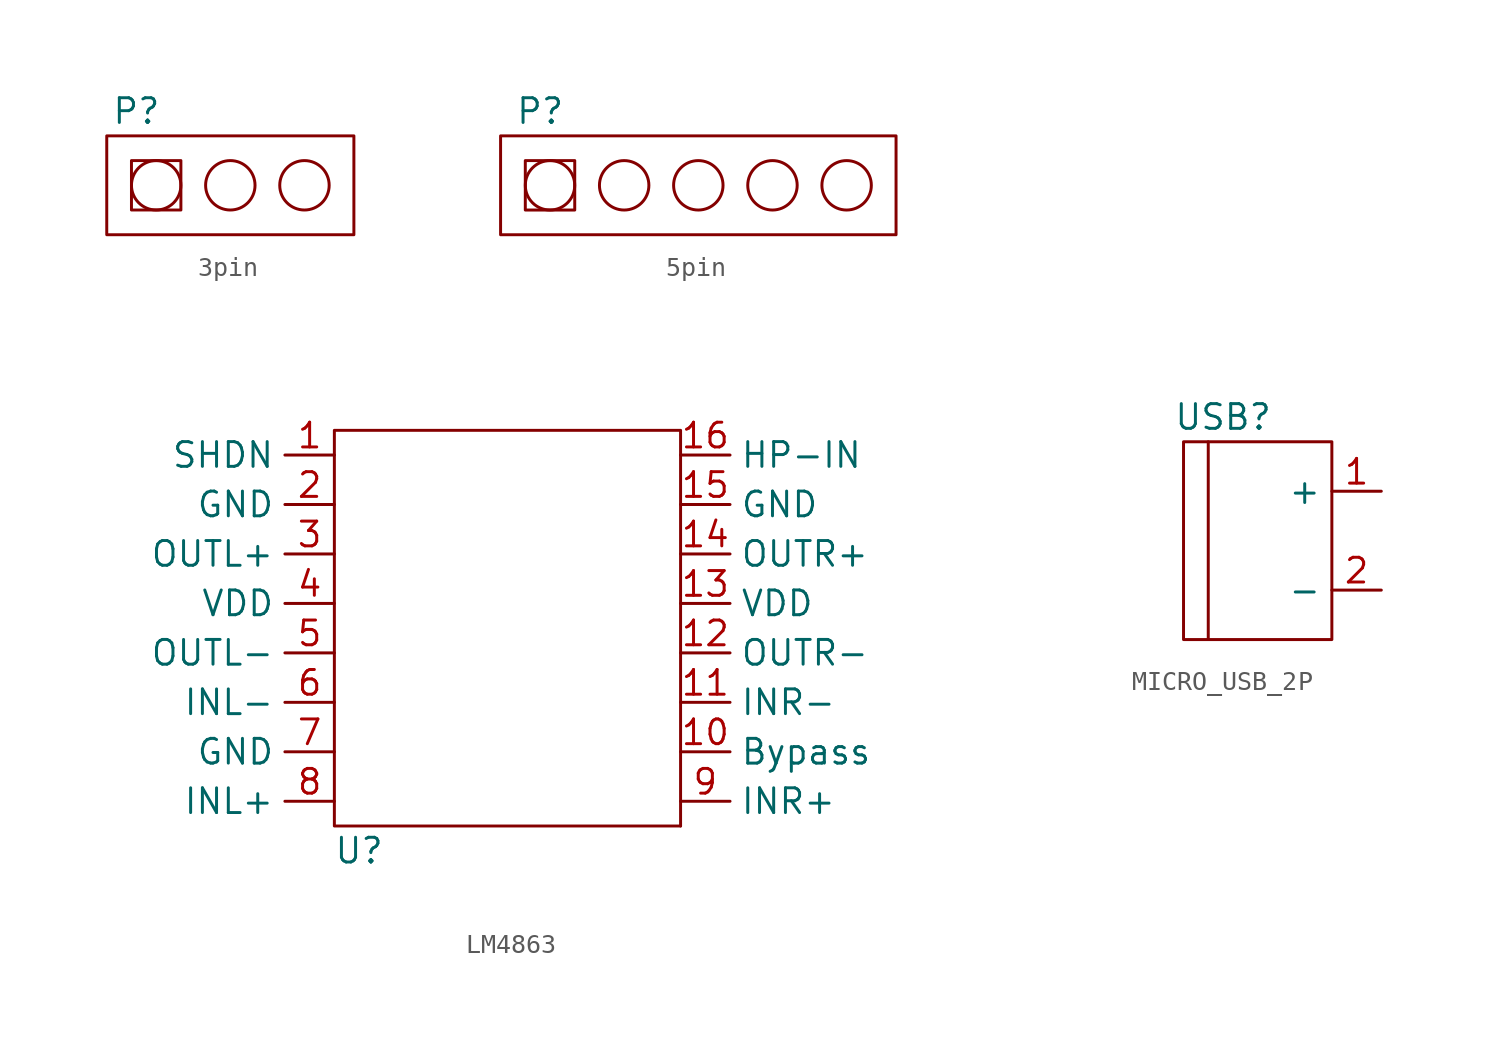
<source format=kicad_sym>
(kicad_symbol_lib
  (version 20231120)
  (generator "kicad_symbol_editor")
  (generator_version "8.0")
  (symbol "3pin"
    (property "Reference" "P"
      (at 1.524 3.81 0)
      (effects (font (size 1.27 1.27))))
    (property "Value" ""
      (at 0 0 0)
      (effects (font (size 1.27 1.27))))
    (symbol "3pin_0_1"
      (rectangle (start 0 2.54) (end 12.7 -2.54) (stroke (width 0) (type default)) (fill (type none)))
      (rectangle (start 1.27 1.27) (end 3.81 -1.27) (stroke (width 0) (type default)) (fill (type none)))
      (circle (center 2.54 0) (radius 1.27) (stroke (width 0) (type default)) (fill (type none)))
      (circle (center 6.35 0) (radius 1.27) (stroke (width 0) (type default)) (fill (type none)))
      (circle (center 10.16 0) (radius 1.27) (stroke (width 0) (type default)) (fill (type none)))))
  (symbol "5pin"
    (property "Reference" "P"
      (at 2.032 3.81 0)
      (effects (font (size 1.27 1.27))))
    (property "Value" ""
      (at 0 0 0)
      (effects (font (size 1.27 1.27))))
    (symbol "5pin_0_1"
      (rectangle (start 0 2.54) (end 20.32 -2.54) (stroke (width 0) (type default)) (fill (type none)))
      (rectangle (start 1.27 1.27) (end 3.81 -1.27) (stroke (width 0) (type default)) (fill (type none)))
      (circle (center 2.54 0) (radius 1.27) (stroke (width 0) (type default)) (fill (type none)))
      (circle (center 6.35 0) (radius 1.27) (stroke (width 0) (type default)) (fill (type none)))
      (circle (center 10.16 0) (radius 1.27) (stroke (width 0) (type default)) (fill (type none)))
      (circle (center 13.97 0) (radius 1.27) (stroke (width 0) (type default)) (fill (type none)))
      (circle (center 17.78 0) (radius 1.27) (stroke (width 0) (type default)) (fill (type none)))))
  (symbol "LM4863"
    (property "Reference" "U"
      (at 1.27 1.27 0)
      (effects (font (size 1.27 1.27))))
    (property "Value" ""
      (at 0 0 0)
      (effects (font (size 1.27 1.27))))
    (symbol "LM4863_0_1"
      (rectangle (start 17.78 2.54) (end 17.78 2.54) (stroke (width 0) (type default)) (fill (type none))))
    (symbol "LM4863_1_1"
      (rectangle (start 0 22.86) (end 17.78 2.54) (stroke (width 0) (type default)) (fill (type none)))
      (pin input line (at 0 21.59 180) (length 2.54) (name "SHDN" (effects (font (size 1.27 1.27)))) (number "1" (effects (font (size 1.27 1.27)))))
      (pin output line (at 17.78 6.35 0) (length 2.54) (name "Bypass" (effects (font (size 1.27 1.27)))) (number "10" (effects (font (size 1.27 1.27)))))
      (pin input line (at 17.78 8.89 0) (length 2.54) (name "INR-" (effects (font (size 1.27 1.27)))) (number "11" (effects (font (size 1.27 1.27)))))
      (pin output line (at 17.78 11.43 0) (length 2.54) (name "OUTR-" (effects (font (size 1.27 1.27)))) (number "12" (effects (font (size 1.27 1.27)))))
      (pin power_in line (at 17.78 13.97 0) (length 2.54) (name "VDD" (effects (font (size 1.27 1.27)))) (number "13" (effects (font (size 1.27 1.27)))))
      (pin output line (at 17.78 16.51 0) (length 2.54) (name "OUTR+" (effects (font (size 1.27 1.27)))) (number "14" (effects (font (size 1.27 1.27)))))
      (pin power_in line (at 17.78 19.05 0) (length 2.54) (name "GND" (effects (font (size 1.27 1.27)))) (number "15" (effects (font (size 1.27 1.27)))))
      (pin input line (at 17.78 21.59 0) (length 2.54) (name "HP-IN" (effects (font (size 1.27 1.27)))) (number "16" (effects (font (size 1.27 1.27)))))
      (pin power_in line (at 0 19.05 180) (length 2.54) (name "GND" (effects (font (size 1.27 1.27)))) (number "2" (effects (font (size 1.27 1.27)))))
      (pin output line (at 0 16.51 180) (length 2.54) (name "OUTL+" (effects (font (size 1.27 1.27)))) (number "3" (effects (font (size 1.27 1.27)))))
      (pin power_in line (at 0 13.97 180) (length 2.54) (name "VDD" (effects (font (size 1.27 1.27)))) (number "4" (effects (font (size 1.27 1.27)))))
      (pin output line (at 0 11.43 180) (length 2.54) (name "OUTL-" (effects (font (size 1.27 1.27)))) (number "5" (effects (font (size 1.27 1.27)))))
      (pin input line (at 0 8.89 180) (length 2.54) (name "INL-" (effects (font (size 1.27 1.27)))) (number "6" (effects (font (size 1.27 1.27)))))
      (pin power_in line (at 0 6.35 180) (length 2.54) (name "GND" (effects (font (size 1.27 1.27)))) (number "7" (effects (font (size 1.27 1.27)))))
      (pin input line (at 0 3.81 180) (length 2.54) (name "INL+" (effects (font (size 1.27 1.27)))) (number "8" (effects (font (size 1.27 1.27)))))
      (pin input line (at 17.78 3.81 0) (length 2.54) (name "INR+" (effects (font (size 1.27 1.27)))) (number "9" (effects (font (size 1.27 1.27)))))))
  (symbol "MICRO_USB_2P"
    (property "Reference" "USB"
      (at 8.382 3.81 0)
      (effects (font (size 1.27 1.27))))
    (property "Value" ""
      (at 0 0 0)
      (effects (font (size 1.27 1.27))))
    (symbol "MICRO_USB_2P_0_1"
      (polyline (pts (xy 7.62 -7.62) (xy 7.62 2.54)) (stroke (width 0) (type default)) (fill (type none)))
      (rectangle (start 6.35 2.54) (end 13.97 -7.62) (stroke (width 0) (type default)) (fill (type none))))
    (symbol "MICRO_USB_2P_1_1"
      (pin power_out line (at 16.51 0 180) (length 2.54) (name "+" (effects (font (size 1.27 1.27)))) (number "1" (effects (font (size 1.27 1.27)))))
      (pin power_out line (at 16.51 -5.08 180) (length 2.54) (name "-" (effects (font (size 1.27 1.27)))) (number "2" (effects (font (size 1.27 1.27))))))))
</source>
